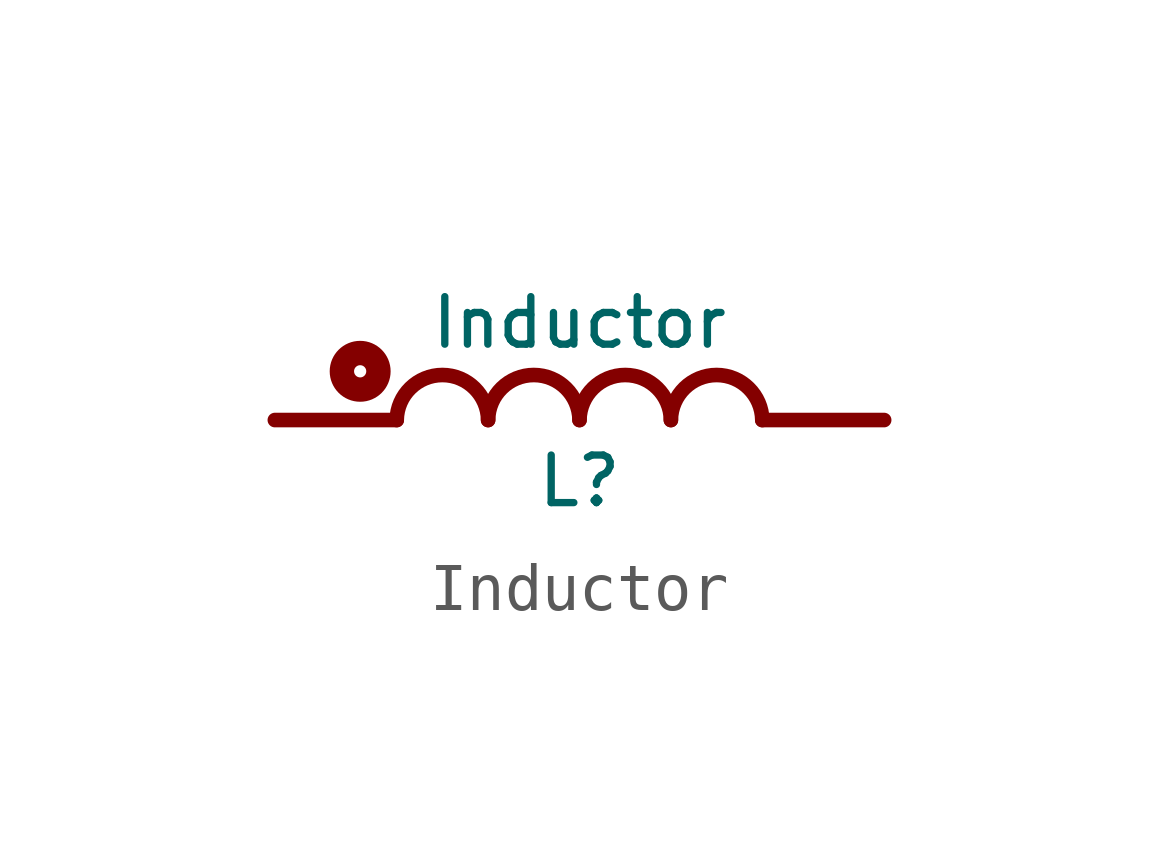
<source format=kicad_sym>
(kicad_symbol_lib
  (version 20220914)
  (generator kicad_symbol_editor)
  (symbol "Inductor"
    (pin_numbers hide)
    (pin_names
      (offset 1.016) hide)
    (property "Reference" "L"
      (at 0 -1.27 0)
      (effects (font (size 0.991 0.991))))
    (property "Value" "Inductor"
      (at 0 2.032 0)
      (effects (font (size 0.991 0.991))))
    (property "Footprint" ""
      (at 0 3.937 0)
      (effects (font (size 0.889 0.889))))
    (property "Datasheet" ""
      (at 0 0 0)
      (effects (font (size 1.524 1.524))))
    (symbol "Inductor_0_0"
      (circle (center -4.572 1.016) (radius 0.127) (stroke (width 0.508) (type default)) (fill (type none)))
      (arc (start -1.905 0) (mid -2.8448 0.9398) (end -3.81 0) (stroke (width 0.3048) (type default)) (fill (type none)))
      (arc (start 0 0) (mid -0.9398 0.9398) (end -1.905 0) (stroke (width 0.3048) (type default)) (fill (type none)))
      (polyline (pts (xy -3.81 0) (xy -6.35 0)) (stroke (width 0.305) (type default)) (fill (type none)))
      (polyline (pts (xy 6.35 0) (xy 3.81 0)) (stroke (width 0.305) (type default)) (fill (type none)))
      (arc (start 1.905 0) (mid 0.9652 0.9398) (end 0 0) (stroke (width 0.3048) (type default)) (fill (type none)))
      (arc (start 3.81 0) (mid 2.8702 0.9398) (end 1.905 0) (stroke (width 0.3048) (type default)) (fill (type none))))
    (symbol "Inductor_1_1"
      (pin passive line (at -6.35 0 0) (length 1.27) (name "1" (effects (font (size 1.27 1.27)))) (number "1" (effects (font (size 0.787 0.787)))))
      (pin passive line (at 6.35 0 180) (length 1.27) (name "2" (effects (font (size 1.27 1.27)))) (number "2" (effects (font (size 0.787 0.787))))))))
</source>
